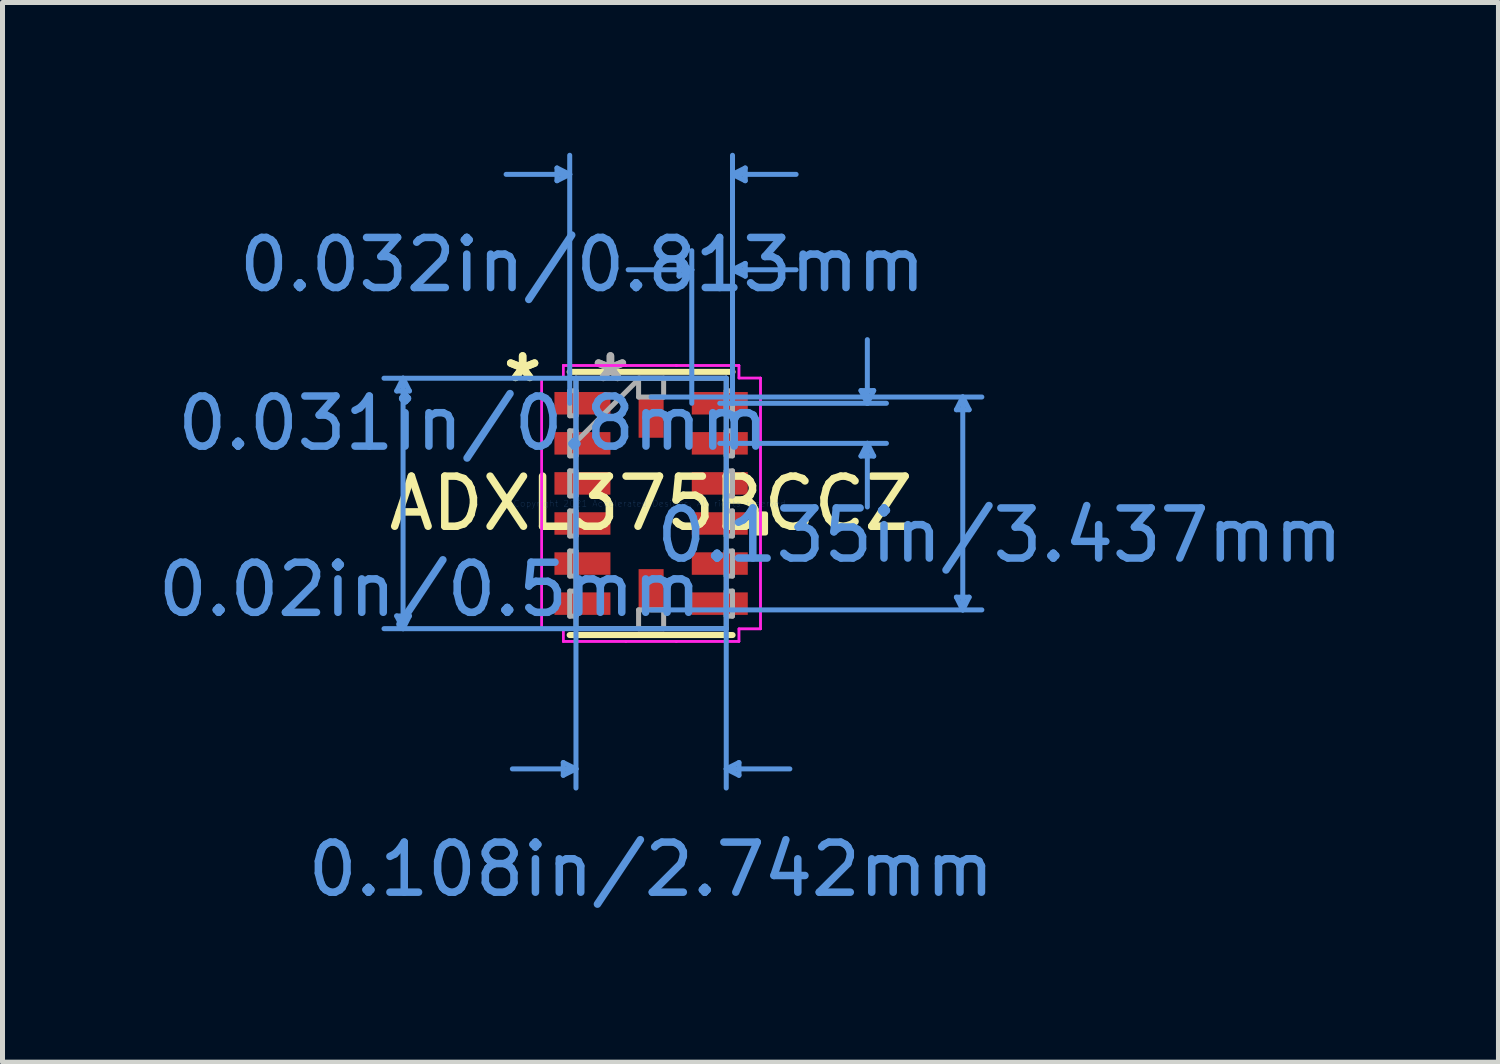
<source format=kicad_pcb>
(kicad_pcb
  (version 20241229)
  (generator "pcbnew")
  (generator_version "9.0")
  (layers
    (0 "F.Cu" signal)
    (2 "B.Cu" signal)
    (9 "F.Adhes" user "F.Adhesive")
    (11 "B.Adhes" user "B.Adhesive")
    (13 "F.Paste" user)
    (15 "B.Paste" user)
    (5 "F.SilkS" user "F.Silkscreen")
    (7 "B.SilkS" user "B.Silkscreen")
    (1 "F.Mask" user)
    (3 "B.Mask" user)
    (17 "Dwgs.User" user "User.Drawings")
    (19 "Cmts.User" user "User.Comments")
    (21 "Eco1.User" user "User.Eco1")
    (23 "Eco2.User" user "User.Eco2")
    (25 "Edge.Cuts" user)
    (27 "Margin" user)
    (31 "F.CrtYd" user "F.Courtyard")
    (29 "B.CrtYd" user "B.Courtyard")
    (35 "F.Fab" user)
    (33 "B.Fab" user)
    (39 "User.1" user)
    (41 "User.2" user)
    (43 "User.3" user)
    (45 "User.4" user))
  (footprint "ADXL375BCCZ"
    (layer "F.Cu")
    (at 9.949 7.001)
    (property "Reference" "ADXL375BCCZ" (at 0 0 0) (layer "F.SilkS") (effects (font (size 1 1) (thickness 0.15))))
    (attr through_hole)
    (fp_line (start -1.627 2.627) (end 1.627 2.627) (stroke (width 0.12) (type solid)) (layer "F.SilkS"))
    (fp_line (start 1.627 -2.627) (end -1.627 -2.627) (stroke (width 0.12) (type solid)) (layer "F.SilkS"))
    (fp_poly (pts (xy 2.285 0.209) (xy 2.285 0.59) (xy 2.031 0.59) (xy 2.031 0.209)) (stroke (width 0.1) (type solid)) (fill yes) (layer "F.SilkS"))
    (fp_line (start -5.079 -2.246) (end -4.825 -2.246) (stroke (width 0.1) (type solid)) (layer "Cmts.User"))
    (fp_line (start -5.079 2.246) (end -4.825 2.246) (stroke (width 0.1) (type solid)) (layer "Cmts.User"))
    (fp_line (start -4.952 -2.5) (end -5.079 -2.246) (stroke (width 0.1) (type solid)) (layer "Cmts.User"))
    (fp_line (start -4.952 -2.5) (end -4.952 2.5) (stroke (width 0.1) (type solid)) (layer "Cmts.User"))
    (fp_line (start -4.952 -2.5) (end -4.825 -2.246) (stroke (width 0.1) (type solid)) (layer "Cmts.User"))
    (fp_line (start -4.952 2.5) (end -5.079 2.246) (stroke (width 0.1) (type solid)) (layer "Cmts.User"))
    (fp_line (start -4.952 2.5) (end -4.825 2.246) (stroke (width 0.1) (type solid)) (layer "Cmts.User"))
    (fp_line (start -1.879 -6.697) (end -1.879 -6.443) (stroke (width 0.1) (type solid)) (layer "Cmts.User"))
    (fp_line (start -1.754 5.173) (end -1.754 5.427) (stroke (width 0.1) (type solid)) (layer "Cmts.User"))
    (fp_line (start -1.625 -6.57) (end -2.895 -6.57) (stroke (width 0.1) (type solid)) (layer "Cmts.User"))
    (fp_line (start -1.625 -6.57) (end -1.879 -6.697) (stroke (width 0.1) (type solid)) (layer "Cmts.User"))
    (fp_line (start -1.625 -6.57) (end -1.879 -6.443) (stroke (width 0.1) (type solid)) (layer "Cmts.User"))
    (fp_line (start -1.625 -2) (end -1.625 -6.951) (stroke (width 0.1) (type solid)) (layer "Cmts.User"))
    (fp_line (start -1.5 -2.5) (end -1.5 5.681) (stroke (width 0.1) (type solid)) (layer "Cmts.User"))
    (fp_line (start -1.5 5.3) (end -2.77 5.3) (stroke (width 0.1) (type solid)) (layer "Cmts.User"))
    (fp_line (start -1.5 5.3) (end -1.754 5.173) (stroke (width 0.1) (type solid)) (layer "Cmts.User"))
    (fp_line (start -1.5 5.3) (end -1.754 5.427) (stroke (width 0.1) (type solid)) (layer "Cmts.User"))
    (fp_line (start 0 -2.125) (end 6.603 -2.125) (stroke (width 0.1) (type solid)) (layer "Cmts.User"))
    (fp_line (start 0 2.125) (end 6.603 2.125) (stroke (width 0.1) (type solid)) (layer "Cmts.User"))
    (fp_line (start 0.558 -4.792) (end 0.558 -4.538) (stroke (width 0.1) (type solid)) (layer "Cmts.User"))
    (fp_line (start 0.812 -4.665) (end -0.458 -4.665) (stroke (width 0.1) (type solid)) (layer "Cmts.User"))
    (fp_line (start 0.812 -4.665) (end 0.558 -4.792) (stroke (width 0.1) (type solid)) (layer "Cmts.User"))
    (fp_line (start 0.812 -4.665) (end 0.558 -4.538) (stroke (width 0.1) (type solid)) (layer "Cmts.User"))
    (fp_line (start 0.812 -2) (end 0.812 -5.046) (stroke (width 0.1) (type solid)) (layer "Cmts.User"))
    (fp_line (start 1.371 -2) (end 4.698 -2) (stroke (width 0.1) (type solid)) (layer "Cmts.User"))
    (fp_line (start 1.371 -1.2) (end 4.698 -1.2) (stroke (width 0.1) (type solid)) (layer "Cmts.User"))
    (fp_line (start 1.5 -2.5) (end -5.333 -2.5) (stroke (width 0.1) (type solid)) (layer "Cmts.User"))
    (fp_line (start 1.5 -2.5) (end 1.5 5.681) (stroke (width 0.1) (type solid)) (layer "Cmts.User"))
    (fp_line (start 1.5 2.5) (end -5.333 2.5) (stroke (width 0.1) (type solid)) (layer "Cmts.User"))
    (fp_line (start 1.5 5.3) (end 1.754 5.173) (stroke (width 0.1) (type solid)) (layer "Cmts.User"))
    (fp_line (start 1.5 5.3) (end 1.754 5.427) (stroke (width 0.1) (type solid)) (layer "Cmts.User"))
    (fp_line (start 1.5 5.3) (end 2.77 5.3) (stroke (width 0.1) (type solid)) (layer "Cmts.User"))
    (fp_line (start 1.625 -6.57) (end 1.879 -6.697) (stroke (width 0.1) (type solid)) (layer "Cmts.User"))
    (fp_line (start 1.625 -6.57) (end 1.879 -6.443) (stroke (width 0.1) (type solid)) (layer "Cmts.User"))
    (fp_line (start 1.625 -6.57) (end 2.895 -6.57) (stroke (width 0.1) (type solid)) (layer "Cmts.User"))
    (fp_line (start 1.625 -4.665) (end 1.879 -4.792) (stroke (width 0.1) (type solid)) (layer "Cmts.User"))
    (fp_line (start 1.625 -4.665) (end 1.879 -4.538) (stroke (width 0.1) (type solid)) (layer "Cmts.User"))
    (fp_line (start 1.625 -4.665) (end 2.895 -4.665) (stroke (width 0.1) (type solid)) (layer "Cmts.User"))
    (fp_line (start 1.625 -2) (end 1.625 -6.951) (stroke (width 0.1) (type solid)) (layer "Cmts.User"))
    (fp_line (start 1.625 -2) (end 1.625 -5.046) (stroke (width 0.1) (type solid)) (layer "Cmts.User"))
    (fp_line (start 1.754 5.173) (end 1.754 5.427) (stroke (width 0.1) (type solid)) (layer "Cmts.User"))
    (fp_line (start 1.879 -6.697) (end 1.879 -6.443) (stroke (width 0.1) (type solid)) (layer "Cmts.User"))
    (fp_line (start 1.879 -4.792) (end 1.879 -4.538) (stroke (width 0.1) (type solid)) (layer "Cmts.User"))
    (fp_line (start 4.19 -2.254) (end 4.444 -2.254) (stroke (width 0.1) (type solid)) (layer "Cmts.User"))
    (fp_line (start 4.19 -0.946) (end 4.444 -0.946) (stroke (width 0.1) (type solid)) (layer "Cmts.User"))
    (fp_line (start 4.317 -2) (end 4.19 -2.254) (stroke (width 0.1) (type solid)) (layer "Cmts.User"))
    (fp_line (start 4.317 -2) (end 4.317 -3.27) (stroke (width 0.1) (type solid)) (layer "Cmts.User"))
    (fp_line (start 4.317 -2) (end 4.444 -2.254) (stroke (width 0.1) (type solid)) (layer "Cmts.User"))
    (fp_line (start 4.317 -1.2) (end 4.19 -0.946) (stroke (width 0.1) (type solid)) (layer "Cmts.User"))
    (fp_line (start 4.317 -1.2) (end 4.317 0.07) (stroke (width 0.1) (type solid)) (layer "Cmts.User"))
    (fp_line (start 4.317 -1.2) (end 4.444 -0.946) (stroke (width 0.1) (type solid)) (layer "Cmts.User"))
    (fp_line (start 6.095 -1.871) (end 6.349 -1.871) (stroke (width 0.1) (type solid)) (layer "Cmts.User"))
    (fp_line (start 6.095 1.871) (end 6.349 1.871) (stroke (width 0.1) (type solid)) (layer "Cmts.User"))
    (fp_line (start 6.222 -2.125) (end 6.095 -1.871) (stroke (width 0.1) (type solid)) (layer "Cmts.User"))
    (fp_line (start 6.222 -2.125) (end 6.222 2.125) (stroke (width 0.1) (type solid)) (layer "Cmts.User"))
    (fp_line (start 6.222 -2.125) (end 6.349 -1.871) (stroke (width 0.1) (type solid)) (layer "Cmts.User"))
    (fp_line (start 6.222 2.125) (end 6.095 1.871) (stroke (width 0.1) (type solid)) (layer "Cmts.User"))
    (fp_line (start 6.222 2.125) (end 6.349 1.871) (stroke (width 0.1) (type solid)) (layer "Cmts.User"))
    (fp_line (start -2.184 -2.504) (end -1.754 -2.504) (stroke (width 0.05) (type solid)) (layer "F.CrtYd"))
    (fp_line (start -2.184 -2.504) (end -1.754 -2.504) (stroke (width 0.05) (type solid)) (layer "F.CrtYd"))
    (fp_line (start -2.184 2.504) (end -2.184 -2.504) (stroke (width 0.05) (type solid)) (layer "F.CrtYd"))
    (fp_line (start -2.184 2.504) (end -2.184 -2.504) (stroke (width 0.05) (type solid)) (layer "F.CrtYd"))
    (fp_line (start -1.754 -2.754) (end -0.504 -2.754) (stroke (width 0.05) (type solid)) (layer "F.CrtYd"))
    (fp_line (start -1.754 -2.754) (end -0.504 -2.754) (stroke (width 0.05) (type solid)) (layer "F.CrtYd"))
    (fp_line (start -1.754 -2.504) (end -1.754 -2.754) (stroke (width 0.05) (type solid)) (layer "F.CrtYd"))
    (fp_line (start -1.754 -2.504) (end -1.754 -2.754) (stroke (width 0.05) (type solid)) (layer "F.CrtYd"))
    (fp_line (start -1.754 2.504) (end -2.184 2.504) (stroke (width 0.05) (type solid)) (layer "F.CrtYd"))
    (fp_line (start -1.754 2.504) (end -2.184 2.504) (stroke (width 0.05) (type solid)) (layer "F.CrtYd"))
    (fp_line (start -1.754 2.754) (end -1.754 2.504) (stroke (width 0.05) (type solid)) (layer "F.CrtYd"))
    (fp_line (start -1.754 2.754) (end -1.754 2.504) (stroke (width 0.05) (type solid)) (layer "F.CrtYd"))
    (fp_line (start -0.504 -2.754) (end -0.504 -2.754) (stroke (width 0.05) (type solid)) (layer "F.CrtYd"))
    (fp_line (start -0.504 -2.754) (end -0.504 -2.754) (stroke (width 0.05) (type solid)) (layer "F.CrtYd"))
    (fp_line (start -0.504 -2.754) (end 0.504 -2.754) (stroke (width 0.05) (type solid)) (layer "F.CrtYd"))
    (fp_line (start -0.504 -2.754) (end 0.504 -2.754) (stroke (width 0.05) (type solid)) (layer "F.CrtYd"))
    (fp_line (start -0.504 2.754) (end -1.754 2.754) (stroke (width 0.05) (type solid)) (layer "F.CrtYd"))
    (fp_line (start -0.504 2.754) (end -1.754 2.754) (stroke (width 0.05) (type solid)) (layer "F.CrtYd"))
    (fp_line (start -0.504 2.754) (end -0.504 2.754) (stroke (width 0.05) (type solid)) (layer "F.CrtYd"))
    (fp_line (start -0.504 2.754) (end -0.504 2.754) (stroke (width 0.05) (type solid)) (layer "F.CrtYd"))
    (fp_line (start 0.504 -2.754) (end 0.504 -2.754) (stroke (width 0.05) (type solid)) (layer "F.CrtYd"))
    (fp_line (start 0.504 -2.754) (end 0.504 -2.754) (stroke (width 0.05) (type solid)) (layer "F.CrtYd"))
    (fp_line (start 0.504 -2.754) (end 1.754 -2.754) (stroke (width 0.05) (type solid)) (layer "F.CrtYd"))
    (fp_line (start 0.504 -2.754) (end 1.754 -2.754) (stroke (width 0.05) (type solid)) (layer "F.CrtYd"))
    (fp_line (start 0.504 2.754) (end -0.504 2.754) (stroke (width 0.05) (type solid)) (layer "F.CrtYd"))
    (fp_line (start 0.504 2.754) (end -0.504 2.754) (stroke (width 0.05) (type solid)) (layer "F.CrtYd"))
    (fp_line (start 0.504 2.754) (end 0.504 2.754) (stroke (width 0.05) (type solid)) (layer "F.CrtYd"))
    (fp_line (start 0.504 2.754) (end 0.504 2.754) (stroke (width 0.05) (type solid)) (layer "F.CrtYd"))
    (fp_line (start 1.754 -2.754) (end 1.754 -2.504) (stroke (width 0.05) (type solid)) (layer "F.CrtYd"))
    (fp_line (start 1.754 -2.754) (end 1.754 -2.504) (stroke (width 0.05) (type solid)) (layer "F.CrtYd"))
    (fp_line (start 1.754 -2.504) (end 2.184 -2.504) (stroke (width 0.05) (type solid)) (layer "F.CrtYd"))
    (fp_line (start 1.754 -2.504) (end 2.184 -2.504) (stroke (width 0.05) (type solid)) (layer "F.CrtYd"))
    (fp_line (start 1.754 2.504) (end 1.754 2.754) (stroke (width 0.05) (type solid)) (layer "F.CrtYd"))
    (fp_line (start 1.754 2.504) (end 1.754 2.754) (stroke (width 0.05) (type solid)) (layer "F.CrtYd"))
    (fp_line (start 1.754 2.754) (end 0.504 2.754) (stroke (width 0.05) (type solid)) (layer "F.CrtYd"))
    (fp_line (start 1.754 2.754) (end 0.504 2.754) (stroke (width 0.05) (type solid)) (layer "F.CrtYd"))
    (fp_line (start 2.184 -2.504) (end 2.184 2.504) (stroke (width 0.05) (type solid)) (layer "F.CrtYd"))
    (fp_line (start 2.184 -2.504) (end 2.184 2.504) (stroke (width 0.05) (type solid)) (layer "F.CrtYd"))
    (fp_line (start 2.184 2.504) (end 1.754 2.504) (stroke (width 0.05) (type solid)) (layer "F.CrtYd"))
    (fp_line (start 2.184 2.504) (end 1.754 2.504) (stroke (width 0.05) (type solid)) (layer "F.CrtYd"))
    (fp_line (start -1.625 -2.25) (end -1.625 -1.75) (stroke (width 0.1) (type solid)) (layer "F.Fab"))
    (fp_line (start -1.625 -1.75) (end -1.5 -1.75) (stroke (width 0.1) (type solid)) (layer "F.Fab"))
    (fp_line (start -1.625 -1.45) (end -1.625 -0.95) (stroke (width 0.1) (type solid)) (layer "F.Fab"))
    (fp_line (start -1.625 -0.95) (end -1.5 -0.95) (stroke (width 0.1) (type solid)) (layer "F.Fab"))
    (fp_line (start -1.625 -0.65) (end -1.625 -0.15) (stroke (width 0.1) (type solid)) (layer "F.Fab"))
    (fp_line (start -1.625 -0.15) (end -1.5 -0.15) (stroke (width 0.1) (type solid)) (layer "F.Fab"))
    (fp_line (start -1.625 0.15) (end -1.625 0.65) (stroke (width 0.1) (type solid)) (layer "F.Fab"))
    (fp_line (start -1.625 0.65) (end -1.5 0.65) (stroke (width 0.1) (type solid)) (layer "F.Fab"))
    (fp_line (start -1.625 0.95) (end -1.625 1.45) (stroke (width 0.1) (type solid)) (layer "F.Fab"))
    (fp_line (start -1.625 1.45) (end -1.5 1.45) (stroke (width 0.1) (type solid)) (layer "F.Fab"))
    (fp_line (start -1.625 1.75) (end -1.625 2.25) (stroke (width 0.1) (type solid)) (layer "F.Fab"))
    (fp_line (start -1.625 2.25) (end -1.5 2.25) (stroke (width 0.1) (type solid)) (layer "F.Fab"))
    (fp_line (start -1.5 -2.5) (end -1.5 -2.5) (stroke (width 0.1) (type solid)) (layer "F.Fab"))
    (fp_line (start -1.5 -2.5) (end -1.5 2.5) (stroke (width 0.1) (type solid)) (layer "F.Fab"))
    (fp_line (start -1.5 -2.25) (end -1.625 -2.25) (stroke (width 0.1) (type solid)) (layer "F.Fab"))
    (fp_line (start -1.5 -1.75) (end -1.5 -2.25) (stroke (width 0.1) (type solid)) (layer "F.Fab"))
    (fp_line (start -1.5 -1.45) (end -1.625 -1.45) (stroke (width 0.1) (type solid)) (layer "F.Fab"))
    (fp_line (start -1.5 -1.23) (end -0.23 -2.5) (stroke (width 0.1) (type solid)) (layer "F.Fab"))
    (fp_line (start -1.5 -0.95) (end -1.5 -1.45) (stroke (width 0.1) (type solid)) (layer "F.Fab"))
    (fp_line (start -1.5 -0.65) (end -1.625 -0.65) (stroke (width 0.1) (type solid)) (layer "F.Fab"))
    (fp_line (start -1.5 -0.15) (end -1.5 -0.65) (stroke (width 0.1) (type solid)) (layer "F.Fab"))
    (fp_line (start -1.5 0.15) (end -1.625 0.15) (stroke (width 0.1) (type solid)) (layer "F.Fab"))
    (fp_line (start -1.5 0.65) (end -1.5 0.15) (stroke (width 0.1) (type solid)) (layer "F.Fab"))
    (fp_line (start -1.5 0.95) (end -1.625 0.95) (stroke (width 0.1) (type solid)) (layer "F.Fab"))
    (fp_line (start -1.5 1.45) (end -1.5 0.95) (stroke (width 0.1) (type solid)) (layer "F.Fab"))
    (fp_line (start -1.5 1.75) (end -1.625 1.75) (stroke (width 0.1) (type solid)) (layer "F.Fab"))
    (fp_line (start -1.5 2.25) (end -1.5 1.75) (stroke (width 0.1) (type solid)) (layer "F.Fab"))
    (fp_line (start -1.5 2.5) (end -1.5 2.5) (stroke (width 0.1) (type solid)) (layer "F.Fab"))
    (fp_line (start -1.5 2.5) (end 1.5 2.5) (stroke (width 0.1) (type solid)) (layer "F.Fab"))
    (fp_line (start -0.25 -2.5) (end 0.25 -2.5) (stroke (width 0.1) (type solid)) (layer "F.Fab"))
    (fp_line (start -0.25 -2.125) (end -0.25 -2.5) (stroke (width 0.1) (type solid)) (layer "F.Fab"))
    (fp_line (start -0.25 2.125) (end 0.25 2.125) (stroke (width 0.1) (type solid)) (layer "F.Fab"))
    (fp_line (start -0.25 2.5) (end -0.25 2.125) (stroke (width 0.1) (type solid)) (layer "F.Fab"))
    (fp_line (start 0.25 -2.5) (end 0.25 -2.125) (stroke (width 0.1) (type solid)) (layer "F.Fab"))
    (fp_line (start 0.25 -2.125) (end -0.25 -2.125) (stroke (width 0.1) (type solid)) (layer "F.Fab"))
    (fp_line (start 0.25 2.125) (end 0.25 2.5) (stroke (width 0.1) (type solid)) (layer "F.Fab"))
    (fp_line (start 0.25 2.5) (end -0.25 2.5) (stroke (width 0.1) (type solid)) (layer "F.Fab"))
    (fp_line (start 1.5 -2.5) (end -1.5 -2.5) (stroke (width 0.1) (type solid)) (layer "F.Fab"))
    (fp_line (start 1.5 -2.5) (end 1.5 -2.5) (stroke (width 0.1) (type solid)) (layer "F.Fab"))
    (fp_line (start 1.5 -2.25) (end 1.5 -1.75) (stroke (width 0.1) (type solid)) (layer "F.Fab"))
    (fp_line (start 1.5 -1.75) (end 1.625 -1.75) (stroke (width 0.1) (type solid)) (layer "F.Fab"))
    (fp_line (start 1.5 -1.45) (end 1.5 -0.95) (stroke (width 0.1) (type solid)) (layer "F.Fab"))
    (fp_line (start 1.5 -0.95) (end 1.625 -0.95) (stroke (width 0.1) (type solid)) (layer "F.Fab"))
    (fp_line (start 1.5 -0.65) (end 1.5 -0.15) (stroke (width 0.1) (type solid)) (layer "F.Fab"))
    (fp_line (start 1.5 -0.15) (end 1.625 -0.15) (stroke (width 0.1) (type solid)) (layer "F.Fab"))
    (fp_line (start 1.5 0.15) (end 1.5 0.65) (stroke (width 0.1) (type solid)) (layer "F.Fab"))
    (fp_line (start 1.5 0.65) (end 1.625 0.65) (stroke (width 0.1) (type solid)) (layer "F.Fab"))
    (fp_line (start 1.5 0.95) (end 1.5 1.45) (stroke (width 0.1) (type solid)) (layer "F.Fab"))
    (fp_line (start 1.5 1.45) (end 1.625 1.45) (stroke (width 0.1) (type solid)) (layer "F.Fab"))
    (fp_line (start 1.5 1.75) (end 1.5 2.25) (stroke (width 0.1) (type solid)) (layer "F.Fab"))
    (fp_line (start 1.5 2.25) (end 1.625 2.25) (stroke (width 0.1) (type solid)) (layer "F.Fab"))
    (fp_line (start 1.5 2.5) (end 1.5 -2.5) (stroke (width 0.1) (type solid)) (layer "F.Fab"))
    (fp_line (start 1.5 2.5) (end 1.5 2.5) (stroke (width 0.1) (type solid)) (layer "F.Fab"))
    (fp_line (start 1.625 -2.25) (end 1.5 -2.25) (stroke (width 0.1) (type solid)) (layer "F.Fab"))
    (fp_line (start 1.625 -1.75) (end 1.625 -2.25) (stroke (width 0.1) (type solid)) (layer "F.Fab"))
    (fp_line (start 1.625 -1.45) (end 1.5 -1.45) (stroke (width 0.1) (type solid)) (layer "F.Fab"))
    (fp_line (start 1.625 -0.95) (end 1.625 -1.45) (stroke (width 0.1) (type solid)) (layer "F.Fab"))
    (fp_line (start 1.625 -0.65) (end 1.5 -0.65) (stroke (width 0.1) (type solid)) (layer "F.Fab"))
    (fp_line (start 1.625 -0.15) (end 1.625 -0.65) (stroke (width 0.1) (type solid)) (layer "F.Fab"))
    (fp_line (start 1.625 0.15) (end 1.5 0.15) (stroke (width 0.1) (type solid)) (layer "F.Fab"))
    (fp_line (start 1.625 0.65) (end 1.625 0.15) (stroke (width 0.1) (type solid)) (layer "F.Fab"))
    (fp_line (start 1.625 0.95) (end 1.5 0.95) (stroke (width 0.1) (type solid)) (layer "F.Fab"))
    (fp_line (start 1.625 1.45) (end 1.625 0.95) (stroke (width 0.1) (type solid)) (layer "F.Fab"))
    (fp_line (start 1.625 1.75) (end 1.5 1.75) (stroke (width 0.1) (type solid)) (layer "F.Fab"))
    (fp_line (start 1.625 2.25) (end 1.625 1.75) (stroke (width 0.1) (type solid)) (layer "F.Fab"))
    (fp_text user "*" (at -2.565 -2.4 0) (layer "F.SilkS") (effects (font (size 1 1) (thickness 0.15))))
    (fp_text user "*" (at -2.565 -2.4 0) (layer "F.SilkS") (effects (font (size 1 1) (thickness 0.15))))
    (fp_text user "0.108in/2.742mm" (at 0 7.306 0) (layer "Cmts.User") (effects (font (size 1 1) (thickness 0.15))))
    (fp_text user "0.032in/0.813mm" (at -1.371 -4.766 0) (layer "Cmts.User") (effects (font (size 1 1) (thickness 0.15))))
    (fp_text user "Copyright 2021 Accelerated Designs. All rights reserved." (at 0 0 0) (layer "Cmts.User") (effects (font (size 0.127 0.127) (thickness 0.002))))
    (fp_text user "0.135in/3.437mm" (at 6.959 0.635 0) (layer "Cmts.User") (effects (font (size 1 1) (thickness 0.15))))
    (fp_text user "0.031in/0.8mm" (at -3.555 -1.6 0) (layer "Cmts.User") (effects (font (size 1 1) (thickness 0.15))))
    (fp_text user "0.02in/0.5mm" (at -4.419 1.718 0) (layer "Cmts.User") (effects (font (size 1 1) (thickness 0.15))))
    (fp_text user "*" (at -0.812 -2.4 0) (layer "F.Fab") (effects (font (size 1 1) (thickness 0.15))))
    (fp_text user "*" (at -0.812 -2.4 0) (layer "F.Fab") (effects (font (size 1 1) (thickness 0.15))))
    (pad "1" smd rect (at -1.371 -2 90) (size 0.449 1.118) (layers "F.Cu" "F.Mask" "F.Paste"))
    (pad "2" smd rect (at -1.371 -1.2 90) (size 0.449 1.118) (layers "F.Cu" "F.Mask" "F.Paste"))
    (pad "3" smd rect (at -1.371 -0.4 90) (size 0.449 1.118) (layers "F.Cu" "F.Mask" "F.Paste"))
    (pad "4" smd rect (at -1.371 0.4 90) (size 0.449 1.118) (layers "F.Cu" "F.Mask" "F.Paste"))
    (pad "5" smd rect (at -1.371 1.2 90) (size 0.449 1.118) (layers "F.Cu" "F.Mask" "F.Paste"))
    (pad "6" smd rect (at -1.371 2 90) (size 0.449 1.118) (layers "F.Cu" "F.Mask" "F.Paste"))
    (pad "7" smd rect (at 0 1.718) (size 0.5 0.813) (layers "F.Cu" "F.Mask" "F.Paste"))
    (pad "8" smd rect (at 1.371 2 90) (size 0.449 1.118) (layers "F.Cu" "F.Mask" "F.Paste"))
    (pad "9" smd rect (at 1.371 1.2 90) (size 0.449 1.118) (layers "F.Cu" "F.Mask" "F.Paste"))
    (pad "10" smd rect (at 1.371 0.4 90) (size 0.449 1.118) (layers "F.Cu" "F.Mask" "F.Paste"))
    (pad "11" smd rect (at 1.371 -0.4 90) (size 0.449 1.118) (layers "F.Cu" "F.Mask" "F.Paste"))
    (pad "12" smd rect (at 1.371 -1.2 90) (size 0.449 1.118) (layers "F.Cu" "F.Mask" "F.Paste"))
    (pad "13" smd rect (at 1.371 -2 90) (size 0.449 1.118) (layers "F.Cu" "F.Mask" "F.Paste"))
    (pad "14" smd rect (at 0 -1.718) (size 0.5 0.813) (layers "F.Cu" "F.Mask" "F.Paste")))
  (gr_rect
    (start -3 -3)
    (end 26.866 18.156)
    (stroke (width 0.1) (type default))
    (fill no)
    (layer "Edge.Cuts")))
</source>
